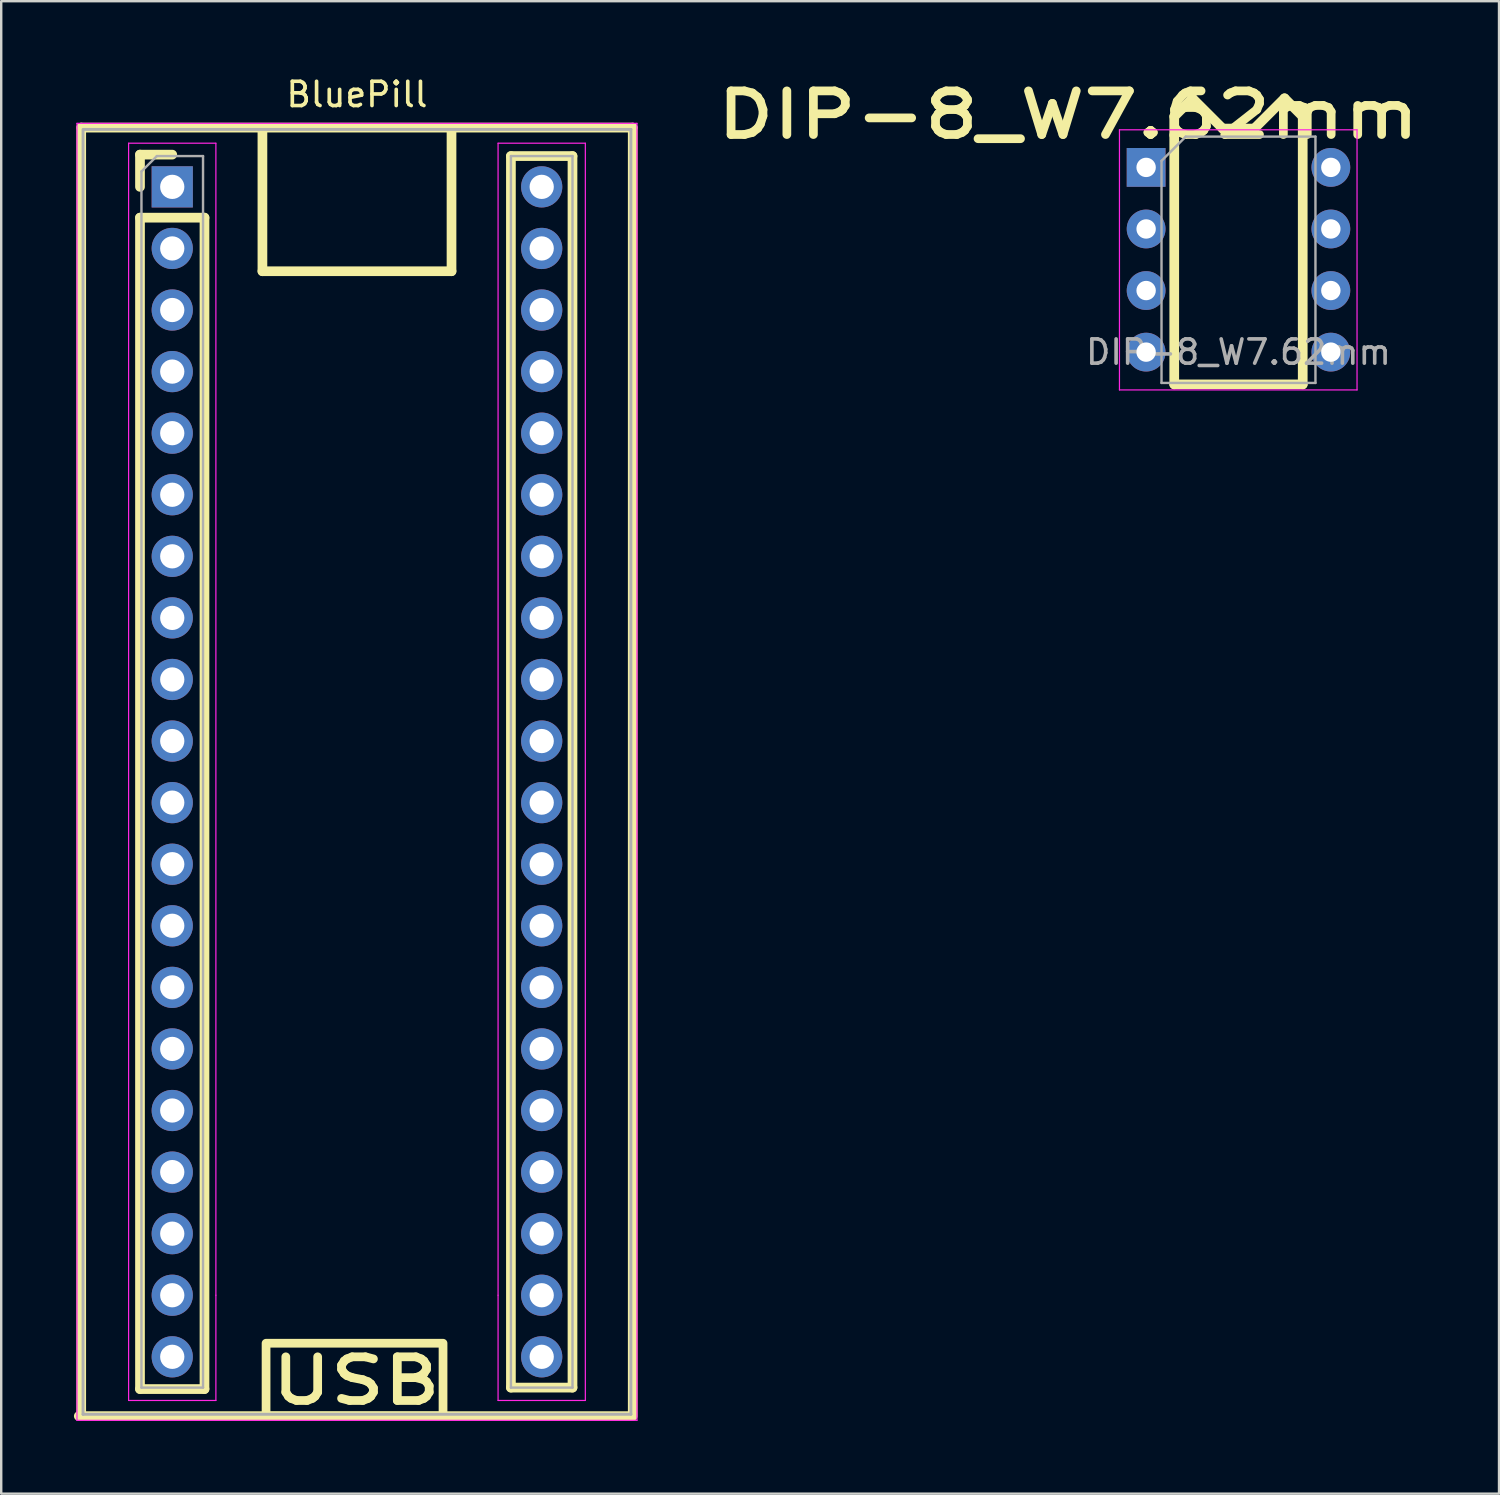
<source format=kicad_pcb>
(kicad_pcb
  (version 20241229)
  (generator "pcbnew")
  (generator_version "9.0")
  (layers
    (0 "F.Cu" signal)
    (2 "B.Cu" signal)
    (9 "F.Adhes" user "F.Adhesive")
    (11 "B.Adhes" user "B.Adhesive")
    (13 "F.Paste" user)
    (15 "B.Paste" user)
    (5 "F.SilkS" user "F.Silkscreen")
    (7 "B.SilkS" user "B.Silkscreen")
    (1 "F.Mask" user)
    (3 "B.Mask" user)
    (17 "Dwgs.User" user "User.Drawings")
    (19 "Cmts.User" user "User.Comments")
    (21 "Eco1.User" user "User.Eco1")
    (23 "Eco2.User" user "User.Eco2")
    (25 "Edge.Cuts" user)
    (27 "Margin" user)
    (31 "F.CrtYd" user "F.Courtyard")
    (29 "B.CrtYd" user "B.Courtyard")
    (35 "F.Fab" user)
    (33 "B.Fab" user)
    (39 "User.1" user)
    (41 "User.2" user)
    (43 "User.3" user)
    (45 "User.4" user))
  (footprint "DIP-8_W7.62mm"
    (layer "F.Cu")
    (at 44.207 3.845)
    (property "Reference" "DIP-8_W7.62mm" (at -3.19 -2.16 0) (layer "F.SilkS") (effects (font (size 1.8 2.3) (thickness 0.36) (bold yes))))
    (attr through_hole)
    (fp_line (start 1.18 -2.09) (end 1.93 -2.84) (stroke (width 0.4) (type default)) (layer "F.SilkS"))
    (fp_line (start 1.18 -1.32) (end 1.18 -2.09) (stroke (width 0.4) (type default)) (layer "F.SilkS"))
    (fp_line (start 1.18 -1.32) (end 1.18 8.96) (stroke (width 0.4) (type solid)) (layer "F.SilkS"))
    (fp_line (start 1.18 8.96) (end 6.48 8.96) (stroke (width 0.4) (type solid)) (layer "F.SilkS"))
    (fp_line (start 1.93 -2.84) (end 3.18 -1.59) (stroke (width 0.4) (type default)) (layer "F.SilkS"))
    (fp_line (start 3.18 -1.59) (end 4.48 -1.59) (stroke (width 0.4) (type default)) (layer "F.SilkS"))
    (fp_line (start 5.73 -2.84) (end 4.48 -1.59) (stroke (width 0.4) (type default)) (layer "F.SilkS"))
    (fp_line (start 6.48 -2.09) (end 5.73 -2.84) (stroke (width 0.4) (type default)) (layer "F.SilkS"))
    (fp_line (start 6.48 -1.32) (end 6.48 -2.09) (stroke (width 0.4) (type default)) (layer "F.SilkS"))
    (fp_line (start 6.48 8.96) (end 6.48 -1.32) (stroke (width 0.4) (type solid)) (layer "F.SilkS"))
    (fp_line (start -1.08 -1.54) (end -1.08 9.19) (stroke (width 0.05) (type solid)) (layer "F.CrtYd"))
    (fp_line (start -1.08 9.19) (end 8.72 9.19) (stroke (width 0.05) (type solid)) (layer "F.CrtYd"))
    (fp_line (start 8.72 -1.54) (end -1.08 -1.54) (stroke (width 0.05) (type solid)) (layer "F.CrtYd"))
    (fp_line (start 8.72 9.19) (end 8.72 -1.54) (stroke (width 0.05) (type solid)) (layer "F.CrtYd"))
    (fp_line (start 0.655 -0.26) (end 1.655 -1.26) (stroke (width 0.1) (type solid)) (layer "F.Fab"))
    (fp_line (start 0.655 8.9) (end 0.655 -0.26) (stroke (width 0.1) (type solid)) (layer "F.Fab"))
    (fp_line (start 1.655 -1.26) (end 7.005 -1.26) (stroke (width 0.1) (type solid)) (layer "F.Fab"))
    (fp_line (start 7.005 -1.26) (end 7.005 8.9) (stroke (width 0.1) (type solid)) (layer "F.Fab"))
    (fp_line (start 7.005 8.9) (end 0.655 8.9) (stroke (width 0.1) (type solid)) (layer "F.Fab"))
    (fp_text user "${REFERENCE}" (at 3.83 7.63 0) (layer "F.Fab") (effects (font (size 1 1) (thickness 0.15))))
    (pad "1" thru_hole rect (at 0.02 0.01) (size 1.6 1.6) (drill 0.8) (layers "*.Cu" "*.Mask"))
    (pad "2" thru_hole oval (at 0.02 2.55) (size 1.6 1.6) (drill 0.8) (layers "*.Cu" "*.Mask"))
    (pad "3" thru_hole oval (at 0.02 5.09) (size 1.6 1.6) (drill 0.8) (layers "*.Cu" "*.Mask"))
    (pad "4" thru_hole oval (at 0.02 7.63) (size 1.6 1.6) (drill 0.8) (layers "*.Cu" "*.Mask"))
    (pad "5" thru_hole oval (at 7.64 7.63) (size 1.6 1.6) (drill 0.8) (layers "*.Cu" "*.Mask"))
    (pad "6" thru_hole oval (at 7.64 5.09) (size 1.6 1.6) (drill 0.8) (layers "*.Cu" "*.Mask"))
    (pad "7" thru_hole oval (at 7.64 2.55) (size 1.6 1.6) (drill 0.8) (layers "*.Cu" "*.Mask"))
    (pad "8" thru_hole oval (at 7.64 0.01) (size 1.6 1.6) (drill 0.8) (layers "*.Cu" "*.Mask")))
  (footprint "BluePill"
    (layer "F.Cu")
    (at 4.055 4.658)
    (property "Reference" "BluePill" (at 7.62 -3.81 0) (layer "F.SilkS") (effects (font (size 1 1) (thickness 0.15))))
    (attr through_hole)
    (fp_line (start -3.755 -2.445) (end 18.995 -2.445) (stroke (width 0.4) (type solid)) (layer "F.SilkS"))
    (fp_line (start -3.755 50.705) (end -3.755 -2.445) (stroke (width 0.4) (type solid)) (layer "F.SilkS"))
    (fp_line (start -1.33 -1.33) (end 0 -1.33) (stroke (width 0.4) (type solid)) (layer "F.SilkS"))
    (fp_line (start -1.33 0) (end -1.33 -1.33) (stroke (width 0.4) (type solid)) (layer "F.SilkS"))
    (fp_line (start -1.33 1.27) (end 1.33 1.27) (stroke (width 0.4) (type solid)) (layer "F.SilkS"))
    (fp_line (start -1.33 49.59) (end -1.33 1.27) (stroke (width 0.4) (type solid)) (layer "F.SilkS"))
    (fp_line (start 1.33 1.27) (end 1.33 49.59) (stroke (width 0.4) (type solid)) (layer "F.SilkS"))
    (fp_line (start 1.33 49.59) (end -1.33 49.59) (stroke (width 0.4) (type solid)) (layer "F.SilkS"))
    (fp_line (start 3.72 3.48) (end 3.72 -2.32) (stroke (width 0.4) (type solid)) (layer "F.SilkS"))
    (fp_line (start 3.72 3.48) (end 11.52 3.48) (stroke (width 0.4) (type solid)) (layer "F.SilkS"))
    (fp_line (start 11.52 3.48) (end 11.52 -2.32) (stroke (width 0.4) (type solid)) (layer "F.SilkS"))
    (fp_line (start 13.97 -1.27) (end 16.51 -1.27) (stroke (width 0.4) (type solid)) (layer "F.SilkS"))
    (fp_line (start 13.97 49.53) (end 13.97 -1.27) (stroke (width 0.4) (type solid)) (layer "F.SilkS"))
    (fp_line (start 16.51 -1.27) (end 16.51 49.53) (stroke (width 0.4) (type solid)) (layer "F.SilkS"))
    (fp_line (start 16.51 49.53) (end 13.97 49.53) (stroke (width 0.4) (type solid)) (layer "F.SilkS"))
    (fp_line (start 18.895 50.705) (end -3.855 50.705) (stroke (width 0.4) (type solid)) (layer "F.SilkS"))
    (fp_line (start 18.995 -2.445) (end 18.995 50.705) (stroke (width 0.4) (type solid)) (layer "F.SilkS"))
    (fp_rect (start 3.87 47.7) (end 11.17 50.7) (stroke (width 0.36) (type default)) (fill no) (layer "F.SilkS"))
    (fp_line (start -3.93 -2.62) (end 19.17 -2.62) (stroke (width 0.05) (type solid)) (layer "F.CrtYd"))
    (fp_line (start -3.93 50.88) (end -3.93 -2.62) (stroke (width 0.05) (type solid)) (layer "F.CrtYd"))
    (fp_line (start -1.8 -1.8) (end -1.8 50.06) (stroke (width 0.05) (type solid)) (layer "F.CrtYd"))
    (fp_line (start -1.8 50.06) (end 1.8 50.06) (stroke (width 0.05) (type solid)) (layer "F.CrtYd"))
    (fp_line (start 1.8 -1.8) (end -1.8 -1.8) (stroke (width 0.05) (type solid)) (layer "F.CrtYd"))
    (fp_line (start 1.8 -1.8) (end 1.8 45.72) (stroke (width 0.05) (type solid)) (layer "F.CrtYd"))
    (fp_line (start 1.8 45.72) (end 1.8 50.06) (stroke (width 0.05) (type solid)) (layer "F.CrtYd"))
    (fp_line (start 13.44 -1.8) (end 13.44 45.72) (stroke (width 0.05) (type solid)) (layer "F.CrtYd"))
    (fp_line (start 13.44 -1.8) (end 17.04 -1.8) (stroke (width 0.05) (type solid)) (layer "F.CrtYd"))
    (fp_line (start 13.44 45.72) (end 13.44 50.06) (stroke (width 0.05) (type solid)) (layer "F.CrtYd"))
    (fp_line (start 17.04 -1.8) (end 17.04 50.06) (stroke (width 0.05) (type solid)) (layer "F.CrtYd"))
    (fp_line (start 17.04 50.06) (end 13.44 50.06) (stroke (width 0.05) (type solid)) (layer "F.CrtYd"))
    (fp_line (start 19.17 -2.62) (end 19.17 50.88) (stroke (width 0.05) (type solid)) (layer "F.CrtYd"))
    (fp_line (start 19.17 50.88) (end -3.93 50.88) (stroke (width 0.05) (type solid)) (layer "F.CrtYd"))
    (fp_line (start -3.68 -2.37) (end 18.92 -2.37) (stroke (width 0.12) (type solid)) (layer "F.Fab"))
    (fp_line (start -3.68 50.63) (end -3.68 -2.32) (stroke (width 0.12) (type solid)) (layer "F.Fab"))
    (fp_line (start -3.68 50.63) (end 18.92 50.63) (stroke (width 0.12) (type solid)) (layer "F.Fab"))
    (fp_line (start -1.27 -0.635) (end -0.635 -1.27) (stroke (width 0.1) (type solid)) (layer "F.Fab"))
    (fp_line (start -1.27 49.53) (end -1.27 -0.635) (stroke (width 0.1) (type solid)) (layer "F.Fab"))
    (fp_line (start -0.635 -1.27) (end 1.27 -1.27) (stroke (width 0.1) (type solid)) (layer "F.Fab"))
    (fp_line (start 1.27 -1.27) (end 1.27 49.53) (stroke (width 0.1) (type solid)) (layer "F.Fab"))
    (fp_line (start 1.27 49.53) (end -1.27 49.53) (stroke (width 0.1) (type solid)) (layer "F.Fab"))
    (fp_line (start 13.97 -1.27) (end 16.51 -1.27) (stroke (width 0.1) (type solid)) (layer "F.Fab"))
    (fp_line (start 13.97 49.53) (end 13.97 -1.27) (stroke (width 0.1) (type solid)) (layer "F.Fab"))
    (fp_line (start 16.51 -1.27) (end 16.51 49.53) (stroke (width 0.1) (type solid)) (layer "F.Fab"))
    (fp_line (start 16.51 49.53) (end 13.97 49.53) (stroke (width 0.1) (type solid)) (layer "F.Fab"))
    (fp_line (start 18.92 -2.37) (end 18.92 50.63) (stroke (width 0.12) (type solid)) (layer "F.Fab"))
    (fp_text user "USB" (at 3.9 50.3 0) (unlocked yes) (layer "F.SilkS") (effects (font (size 1.8 2.3) (thickness 0.36) (bold yes)) (justify left bottom)))
    (pad "1" thru_hole rect (at 0 0) (size 1.7 1.7) (drill 1) (layers "*.Cu" "*.Mask"))
    (pad "2" thru_hole circle (at 0 2.54) (size 1.7 1.7) (drill 1) (layers "*.Cu" "*.Mask"))
    (pad "3" thru_hole circle (at 0 5.08) (size 1.7 1.7) (drill 1) (layers "*.Cu" "*.Mask"))
    (pad "4" thru_hole circle (at 0 7.62) (size 1.7 1.7) (drill 1) (layers "*.Cu" "*.Mask"))
    (pad "5" thru_hole circle (at 0 10.16) (size 1.7 1.7) (drill 1) (layers "*.Cu" "*.Mask"))
    (pad "6" thru_hole circle (at 0 12.7) (size 1.7 1.7) (drill 1) (layers "*.Cu" "*.Mask"))
    (pad "7" thru_hole circle (at 0 15.24) (size 1.7 1.7) (drill 1) (layers "*.Cu" "*.Mask"))
    (pad "8" thru_hole circle (at 0 17.78) (size 1.7 1.7) (drill 1) (layers "*.Cu" "*.Mask"))
    (pad "9" thru_hole circle (at 0 20.32) (size 1.7 1.7) (drill 1) (layers "*.Cu" "*.Mask"))
    (pad "10" thru_hole circle (at 0 22.86) (size 1.7 1.7) (drill 1) (layers "*.Cu" "*.Mask"))
    (pad "11" thru_hole circle (at 0 25.4) (size 1.7 1.7) (drill 1) (layers "*.Cu" "*.Mask"))
    (pad "12" thru_hole circle (at 0 27.94) (size 1.7 1.7) (drill 1) (layers "*.Cu" "*.Mask"))
    (pad "13" thru_hole circle (at 0 30.48) (size 1.7 1.7) (drill 1) (layers "*.Cu" "*.Mask"))
    (pad "14" thru_hole circle (at 0 33.02) (size 1.7 1.7) (drill 1) (layers "*.Cu" "*.Mask"))
    (pad "15" thru_hole circle (at 0 35.56) (size 1.7 1.7) (drill 1) (layers "*.Cu" "*.Mask"))
    (pad "16" thru_hole circle (at 0 38.1) (size 1.7 1.7) (drill 1) (layers "*.Cu" "*.Mask"))
    (pad "17" thru_hole circle (at 0 40.64) (size 1.7 1.7) (drill 1) (layers "*.Cu" "*.Mask"))
    (pad "18" thru_hole circle (at 0 43.18) (size 1.7 1.7) (drill 1) (layers "*.Cu" "*.Mask"))
    (pad "19" thru_hole circle (at 0 45.72) (size 1.7 1.7) (drill 1) (layers "*.Cu" "*.Mask"))
    (pad "20" thru_hole circle (at 0 48.26) (size 1.7 1.7) (drill 1) (layers "*.Cu" "*.Mask"))
    (pad "21" thru_hole circle (at 15.24 48.26) (size 1.7 1.7) (drill 1) (layers "*.Cu" "*.Mask"))
    (pad "22" thru_hole circle (at 15.24 45.72) (size 1.7 1.7) (drill 1) (layers "*.Cu" "*.Mask"))
    (pad "23" thru_hole circle (at 15.24 43.18) (size 1.7 1.7) (drill 1) (layers "*.Cu" "*.Mask"))
    (pad "24" thru_hole circle (at 15.24 40.64) (size 1.7 1.7) (drill 1) (layers "*.Cu" "*.Mask"))
    (pad "25" thru_hole circle (at 15.24 38.1) (size 1.7 1.7) (drill 1) (layers "*.Cu" "*.Mask"))
    (pad "26" thru_hole circle (at 15.24 35.56) (size 1.7 1.7) (drill 1) (layers "*.Cu" "*.Mask"))
    (pad "27" thru_hole circle (at 15.24 33.02) (size 1.7 1.7) (drill 1) (layers "*.Cu" "*.Mask"))
    (pad "28" thru_hole circle (at 15.24 30.48) (size 1.7 1.7) (drill 1) (layers "*.Cu" "*.Mask"))
    (pad "29" thru_hole circle (at 15.24 27.94) (size 1.7 1.7) (drill 1) (layers "*.Cu" "*.Mask"))
    (pad "30" thru_hole circle (at 15.24 25.4) (size 1.7 1.7) (drill 1) (layers "*.Cu" "*.Mask"))
    (pad "31" thru_hole circle (at 15.24 22.86) (size 1.7 1.7) (drill 1) (layers "*.Cu" "*.Mask"))
    (pad "32" thru_hole circle (at 15.24 20.32) (size 1.7 1.7) (drill 1) (layers "*.Cu" "*.Mask"))
    (pad "33" thru_hole circle (at 15.24 17.78) (size 1.7 1.7) (drill 1) (layers "*.Cu" "*.Mask"))
    (pad "34" thru_hole circle (at 15.24 15.24) (size 1.7 1.7) (drill 1) (layers "*.Cu" "*.Mask"))
    (pad "35" thru_hole circle (at 15.24 12.7) (size 1.7 1.7) (drill 1) (layers "*.Cu" "*.Mask"))
    (pad "36" thru_hole circle (at 15.24 10.16) (size 1.7 1.7) (drill 1) (layers "*.Cu" "*.Mask"))
    (pad "37" thru_hole circle (at 15.24 7.62) (size 1.7 1.7) (drill 1) (layers "*.Cu" "*.Mask"))
    (pad "38" thru_hole circle (at 15.24 5.08) (size 1.7 1.7) (drill 1) (layers "*.Cu" "*.Mask"))
    (pad "39" thru_hole circle (at 15.24 2.54) (size 1.7 1.7) (drill 1) (layers "*.Cu" "*.Mask"))
    (pad "40" thru_hole circle (at 15.24 0) (size 1.7 1.7) (drill 1) (layers "*.Cu" "*.Mask")))
  (gr_rect
    (start -3 -3)
    (end 58.784 58.563)
    (stroke (width 0.1) (type default))
    (fill no)
    (layer "Edge.Cuts")))
</source>
